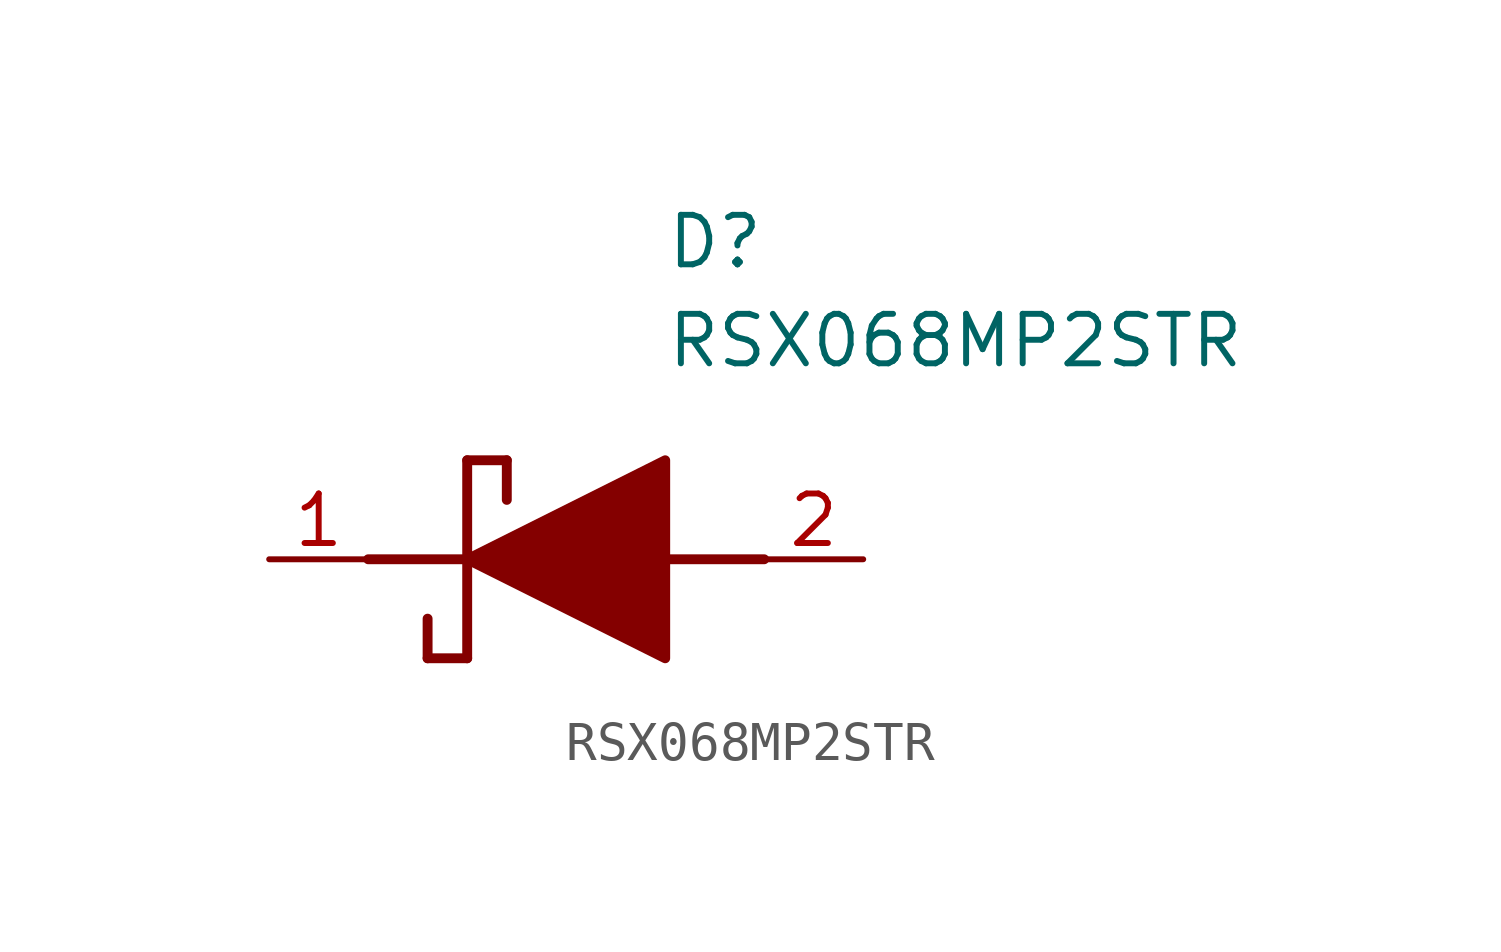
<source format=kicad_sym>
(kicad_symbol_lib
  (version 20211014)
  (generator SamacSys_ECAD_Model)
  (symbol "RSX068MP2STR"
    (pin_names hide)
    (property "Reference" "D"
      (at 12.7 8.89 0)
      (effects (font (size 1.27 1.27)) (justify left top)))
    (property "Value" "RSX068MP2STR"
      (at 12.7 6.35 0)
      (effects (font (size 1.27 1.27)) (justify left top)))
    (polyline
      (pts (xy 7.62 2.54) (xy 7.62 -2.54))
      (stroke (width 0.254) (type default))
      (fill (type none)))
    (polyline
      (pts (xy 7.62 2.54) (xy 8.636 2.54))
      (stroke (width 0.254) (type default))
      (fill (type none)))
    (polyline
      (pts (xy 8.636 1.524) (xy 8.636 2.54))
      (stroke (width 0.254) (type default))
      (fill (type none)))
    (polyline
      (pts (xy 7.62 -2.54) (xy 6.604 -2.54))
      (stroke (width 0.254) (type default))
      (fill (type none)))
    (polyline
      (pts (xy 6.604 -1.524) (xy 6.604 -2.54))
      (stroke (width 0.254) (type default))
      (fill (type none)))
    (polyline
      (pts (xy 5.08 0) (xy 7.62 0))
      (stroke (width 0.254) (type default))
      (fill (type none)))
    (polyline
      (pts (xy 12.7 0) (xy 15.24 0))
      (stroke (width 0.254) (type default))
      (fill (type none)))
    (polyline
      (pts (xy 7.62 0) (xy 12.7 2.54) (xy 12.7 -2.54) (xy 7.62 0))
      (stroke (width 0.254) (type default))
      (fill (type outline)))
    (pin passive line
      (at 2.54 0 0)
      (length 2.54)
      (name "K" (effects (font (size 1.27 1.27))))
      (number "1" (effects (font (size 1.27 1.27)))))
    (pin passive line
      (at 17.78 0 180)
      (length 2.54)
      (name "A" (effects (font (size 1.27 1.27))))
      (number "2" (effects (font (size 1.27 1.27)))))))
</source>
